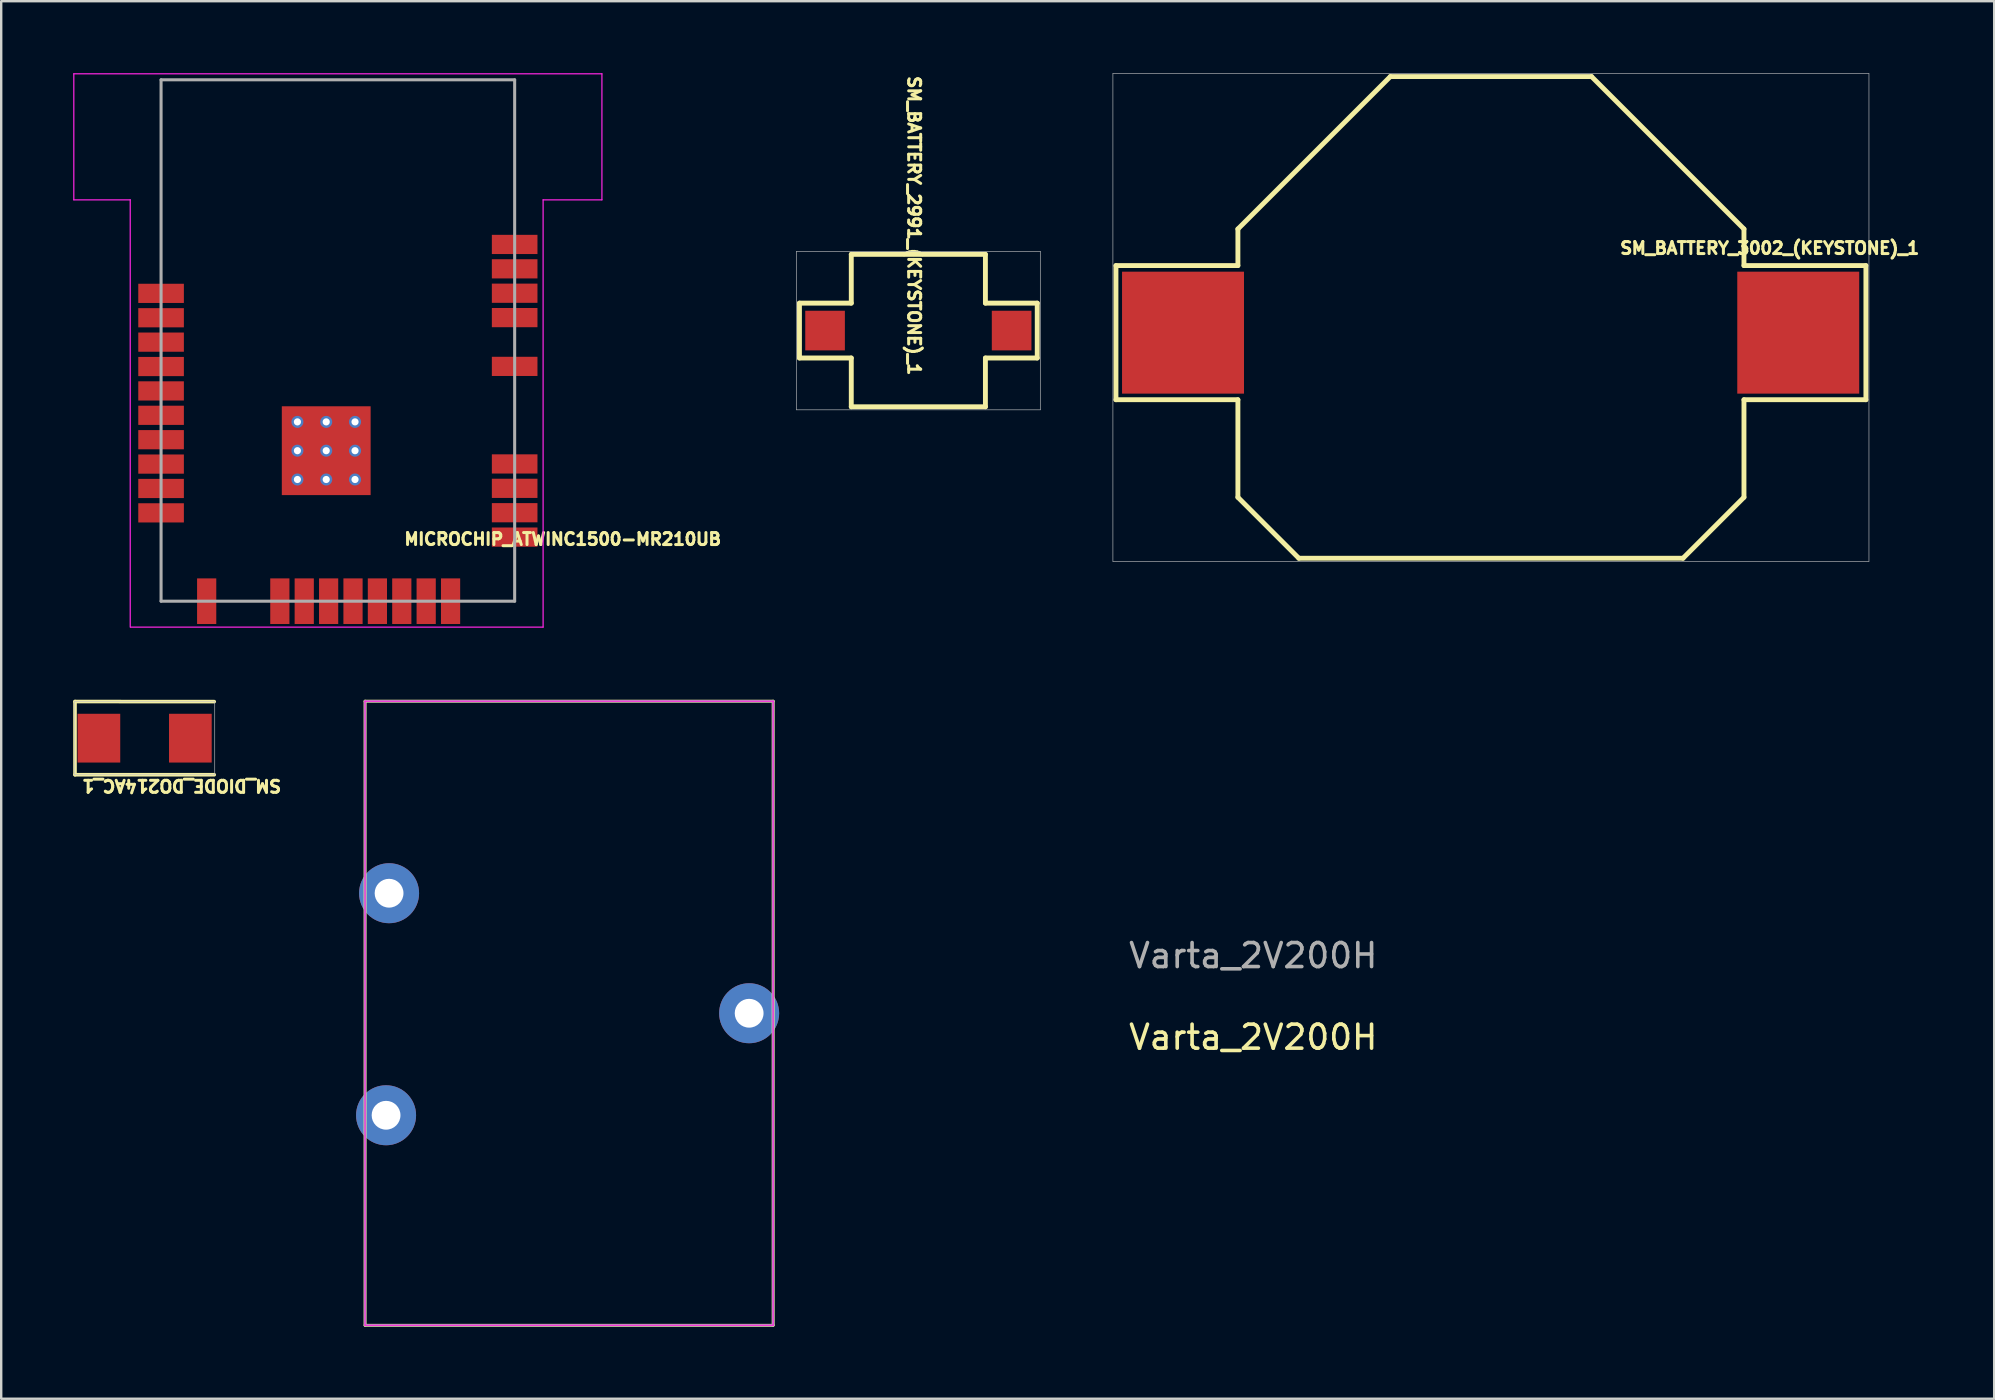
<source format=kicad_pcb>
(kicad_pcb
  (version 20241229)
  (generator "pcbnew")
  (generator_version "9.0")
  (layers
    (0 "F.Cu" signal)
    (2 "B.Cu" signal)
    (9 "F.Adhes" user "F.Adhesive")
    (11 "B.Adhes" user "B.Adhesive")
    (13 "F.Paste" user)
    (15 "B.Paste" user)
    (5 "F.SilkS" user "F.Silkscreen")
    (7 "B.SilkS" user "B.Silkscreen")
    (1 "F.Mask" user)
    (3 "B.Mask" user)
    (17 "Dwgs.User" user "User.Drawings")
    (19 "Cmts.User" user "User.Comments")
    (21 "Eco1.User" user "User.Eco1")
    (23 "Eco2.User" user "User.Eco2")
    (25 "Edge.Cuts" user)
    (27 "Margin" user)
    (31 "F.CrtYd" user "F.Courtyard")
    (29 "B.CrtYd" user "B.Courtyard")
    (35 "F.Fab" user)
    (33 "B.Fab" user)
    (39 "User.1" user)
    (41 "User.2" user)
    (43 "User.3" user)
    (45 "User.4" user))
  (footprint "SM_BATTERY_2991_(KEYSTONE)_1"
    (layer "F.Cu")
    (at 35.207 10.721)
    (property "Reference" "SM_BATTERY_2991_(KEYSTONE)_1" (at -0.178 -4.369 270) (unlocked yes) (layer "F.SilkS") (effects (font (size 0.5 0.5) (thickness 0.125))))
    (attr smd)
    (fp_line (start -4.953 -1.143) (end -4.953 1.143) (stroke (width 0.203) (type solid)) (layer "F.SilkS"))
    (fp_line (start -2.794 -3.175) (end -2.794 -1.143) (stroke (width 0.203) (type solid)) (layer "F.SilkS"))
    (fp_line (start -2.794 -1.143) (end -4.953 -1.143) (stroke (width 0.203) (type solid)) (layer "F.SilkS"))
    (fp_line (start -2.794 1.143) (end -4.953 1.143) (stroke (width 0.203) (type solid)) (layer "F.SilkS"))
    (fp_line (start -2.794 1.143) (end -2.794 3.175) (stroke (width 0.203) (type solid)) (layer "F.SilkS"))
    (fp_line (start 2.794 -3.175) (end -2.794 -3.175) (stroke (width 0.203) (type solid)) (layer "F.SilkS"))
    (fp_line (start 2.794 -3.175) (end 2.794 -1.143) (stroke (width 0.203) (type solid)) (layer "F.SilkS"))
    (fp_line (start 2.794 1.143) (end 2.794 3.175) (stroke (width 0.203) (type solid)) (layer "F.SilkS"))
    (fp_line (start 2.794 3.175) (end -2.794 3.175) (stroke (width 0.203) (type solid)) (layer "F.SilkS"))
    (fp_line (start 4.953 -1.143) (end 2.794 -1.143) (stroke (width 0.203) (type solid)) (layer "F.SilkS"))
    (fp_line (start 4.953 -1.143) (end 4.953 1.143) (stroke (width 0.203) (type solid)) (layer "F.SilkS"))
    (fp_line (start 4.953 1.143) (end 2.794 1.143) (stroke (width 0.203) (type solid)) (layer "F.SilkS"))
    (fp_line (start -5.08 -3.302) (end -5.08 3.302) (stroke (width 0.025) (type solid)) (layer "Dwgs.User"))
    (fp_line (start 5.08 -3.302) (end -5.08 -3.302) (stroke (width 0.025) (type solid)) (layer "Dwgs.User"))
    (fp_line (start 5.08 -3.302) (end 5.08 3.302) (stroke (width 0.025) (type solid)) (layer "Dwgs.User"))
    (fp_line (start 5.08 3.302) (end -5.08 3.302) (stroke (width 0.025) (type solid)) (layer "Dwgs.User"))
    (pad "1" smd rect (at 3.886 0 90) (size 1.651 1.651) (layers "F.Cu" "F.Mask" "F.Paste"))
    (pad "2" smd rect (at -3.886 0 90) (size 1.651 1.651) (layers "F.Cu" "F.Mask" "F.Paste")))
  (footprint "SM_BATTERY_3002_(KEYSTONE)_1"
    (layer "F.Cu")
    (at 59.06 10.808)
    (property "Reference" "SM_BATTERY_3002_(KEYSTONE)_1" (at 11.613 -3.52 0) (unlocked yes) (layer "F.SilkS") (effects (font (size 0.5 0.5) (thickness 0.125))))
    (attr smd)
    (fp_line (start -15.621 -2.794) (end -15.621 2.794) (stroke (width 0.203) (type solid)) (layer "F.SilkS"))
    (fp_line (start -10.541 -4.318) (end -10.541 -2.794) (stroke (width 0.203) (type solid)) (layer "F.SilkS"))
    (fp_line (start -10.541 -2.794) (end -15.621 -2.794) (stroke (width 0.203) (type solid)) (layer "F.SilkS"))
    (fp_line (start -10.541 2.794) (end -15.621 2.794) (stroke (width 0.203) (type solid)) (layer "F.SilkS"))
    (fp_line (start -10.541 2.794) (end -10.541 6.858) (stroke (width 0.203) (type solid)) (layer "F.SilkS"))
    (fp_line (start -8.001 9.398) (end -10.541 6.858) (stroke (width 0.203) (type solid)) (layer "F.SilkS"))
    (fp_line (start -4.191 -10.668) (end -10.541 -4.318) (stroke (width 0.203) (type solid)) (layer "F.SilkS"))
    (fp_line (start 4.191 -10.668) (end -4.191 -10.668) (stroke (width 0.203) (type solid)) (layer "F.SilkS"))
    (fp_line (start 8.001 9.398) (end -8.001 9.398) (stroke (width 0.203) (type solid)) (layer "F.SilkS"))
    (fp_line (start 10.541 -4.318) (end 4.191 -10.668) (stroke (width 0.203) (type solid)) (layer "F.SilkS"))
    (fp_line (start 10.541 -4.318) (end 10.541 -2.794) (stroke (width 0.203) (type solid)) (layer "F.SilkS"))
    (fp_line (start 10.541 2.794) (end 10.541 6.858) (stroke (width 0.203) (type solid)) (layer "F.SilkS"))
    (fp_line (start 10.541 6.858) (end 8.001 9.398) (stroke (width 0.203) (type solid)) (layer "F.SilkS"))
    (fp_line (start 15.621 -2.794) (end 10.541 -2.794) (stroke (width 0.203) (type solid)) (layer "F.SilkS"))
    (fp_line (start 15.621 -2.794) (end 15.621 2.794) (stroke (width 0.203) (type solid)) (layer "F.SilkS"))
    (fp_line (start 15.621 2.794) (end 10.541 2.794) (stroke (width 0.203) (type solid)) (layer "F.SilkS"))
    (fp_line (start -15.748 -10.795) (end -15.748 9.525) (stroke (width 0.025) (type solid)) (layer "Dwgs.User"))
    (fp_line (start 15.748 -10.795) (end -15.748 -10.795) (stroke (width 0.025) (type solid)) (layer "Dwgs.User"))
    (fp_line (start 15.748 -10.795) (end 15.748 9.525) (stroke (width 0.025) (type solid)) (layer "Dwgs.User"))
    (fp_line (start 15.748 9.525) (end -15.748 9.525) (stroke (width 0.025) (type solid)) (layer "Dwgs.User"))
    (pad "1" smd rect (at 12.802 0 90) (size 5.08 5.08) (layers "F.Cu" "F.Mask" "F.Paste"))
    (pad "2" smd rect (at -12.827 0 90) (size 5.08 5.08) (layers "F.Cu" "F.Mask" "F.Paste")))
  (footprint "Varta_2V200H"
    (layer "F.Cu")
    (at 13.158 39.16)
    (property "Reference" "Varta_2V200H" (at 36 1 0) (layer "F.SilkS") (effects (font (size 1 1) (thickness 0.15))))
    (attr through_hole)
    (fp_line (start -1 -13) (end 16 -13) (stroke (width 0.12) (type solid)) (layer "F.SilkS"))
    (fp_line (start -1 13) (end -1 -13) (stroke (width 0.12) (type solid)) (layer "F.SilkS"))
    (fp_line (start 16 -13) (end 16 13) (stroke (width 0.12) (type solid)) (layer "F.SilkS"))
    (fp_line (start 16 13) (end -1 13) (stroke (width 0.12) (type solid)) (layer "F.SilkS"))
    (fp_line (start -1 -13) (end 16 -13) (stroke (width 0.05) (type solid)) (layer "F.CrtYd"))
    (fp_line (start -1 13) (end -1 -13) (stroke (width 0.05) (type solid)) (layer "F.CrtYd"))
    (fp_line (start 16 -13) (end 16 13) (stroke (width 0.05) (type solid)) (layer "F.CrtYd"))
    (fp_line (start 16 13) (end -1 13) (stroke (width 0.05) (type solid)) (layer "F.CrtYd"))
    (fp_line (start -1 -13) (end 16 -13) (stroke (width 0.1) (type solid)) (layer "F.Fab"))
    (fp_line (start -1 13) (end -1 -13) (stroke (width 0.1) (type solid)) (layer "F.Fab"))
    (fp_line (start 16 -13) (end 16 13) (stroke (width 0.1) (type solid)) (layer "F.Fab"))
    (fp_line (start 16 13) (end -1 13) (stroke (width 0.1) (type solid)) (layer "F.Fab"))
    (fp_text user "${REFERENCE}" (at 36 -2.4 0) (layer "F.Fab") (effects (font (size 1 1) (thickness 0.15))))
    (pad "1" thru_hole circle (at -0.125 4.25) (size 2.5 2.5) (drill 1.2) (layers "*.Cu" "*.Mask"))
    (pad "2" thru_hole circle (at 0 -5) (size 2.5 2.5) (drill 1.2) (layers "*.Cu" "*.Mask"))
    (pad "3" thru_hole circle (at 15 0) (size 2.5 2.5) (drill 1.2) (layers "*.Cu" "*.Mask")))
  (footprint "SM_DIODE_DO214AC_1"
    (layer "F.Cu")
    (at 2.975 27.701)
    (property "Reference" "SM_DIODE_DO214AC_1" (at 1.54 1.98 180) (unlocked yes) (layer "F.SilkS") (effects (font (size 0.5 0.5) (thickness 0.15))))
    (attr smd)
    (fp_line (start -2.9 -1.526) (end -2.9 1.524) (stroke (width 0.15) (type solid)) (layer "F.SilkS"))
    (fp_line (start -2.9 -1.526) (end 2.9 -1.522) (stroke (width 0.15) (type solid)) (layer "F.SilkS"))
    (fp_line (start -2.9 1.524) (end 2.9 1.524) (stroke (width 0.15) (type solid)) (layer "F.SilkS"))
    (fp_line (start -2.921 -1.524) (end 2.921 -1.524) (stroke (width 0.025) (type solid)) (layer "Dwgs.User"))
    (fp_line (start -2.921 1.524) (end -2.921 -1.524) (stroke (width 0.025) (type solid)) (layer "Dwgs.User"))
    (fp_line (start -2.921 1.524) (end 2.921 1.524) (stroke (width 0.025) (type solid)) (layer "Dwgs.User"))
    (fp_line (start 2.921 1.524) (end 2.921 -1.524) (stroke (width 0.025) (type solid)) (layer "Dwgs.User"))
    (pad "1" smd rect (at -1.905 0 90) (size 2.032 1.778) (layers "F.Cu" "F.Mask" "F.Paste"))
    (pad "2" smd rect (at 1.905 0 90) (size 2.032 1.778) (layers "F.Cu" "F.Mask" "F.Paste")))
  (footprint "MICROCHIP_ATWINC1500-MR210UB"
    (layer "F.Cu")
    (at 11.025 19.325)
    (property "Reference" "MICROCHIP_ATWINC1500-MR210UB" (at 9.368 0.085 0) (unlocked yes) (layer "F.SilkS") (effects (font (size 0.5 0.5) (thickness 0.125))))
    (attr through_hole)
    (fp_line (start -11 -19.3) (end 11 -19.3) (stroke (width 0.05) (type solid)) (layer "F.CrtYd"))
    (fp_line (start -11 -14.05) (end -11 -19.3) (stroke (width 0.05) (type solid)) (layer "F.CrtYd"))
    (fp_line (start -8.65 -14.05) (end -11 -14.05) (stroke (width 0.05) (type solid)) (layer "F.CrtYd"))
    (fp_line (start -8.65 3.75) (end -8.65 -14.05) (stroke (width 0.05) (type solid)) (layer "F.CrtYd"))
    (fp_line (start -8.635 3.75) (end 8.55 3.75) (stroke (width 0.05) (type solid)) (layer "F.CrtYd"))
    (fp_line (start 8.55 -14.05) (end 8.55 3.75) (stroke (width 0.05) (type solid)) (layer "F.CrtYd"))
    (fp_line (start 11 -19.3) (end 11 -14.05) (stroke (width 0.05) (type solid)) (layer "F.CrtYd"))
    (fp_line (start 11 -14.05) (end 8.55 -14.05) (stroke (width 0.05) (type solid)) (layer "F.CrtYd"))
    (fp_line (start -7.365 -19.05) (end 7.365 -19.05) (stroke (width 0.127) (type solid)) (layer "F.Fab"))
    (fp_line (start -7.365 2.67) (end -7.365 -19.05) (stroke (width 0.127) (type solid)) (layer "F.Fab"))
    (fp_line (start 7.365 -19.05) (end 7.365 2.67) (stroke (width 0.127) (type solid)) (layer "F.Fab"))
    (fp_line (start 7.365 2.67) (end -7.365 2.67) (stroke (width 0.127) (type solid)) (layer "F.Fab"))
    (pad "1" smd rect (at 7.365 0 90) (size 0.8 1.9) (layers "F.Cu" "F.Mask" "F.Paste"))
    (pad "2" smd rect (at 7.365 -1.016 90) (size 0.8 1.9) (layers "F.Cu" "F.Mask" "F.Paste"))
    (pad "3" smd rect (at 7.365 -2.032 90) (size 0.8 1.9) (layers "F.Cu" "F.Mask" "F.Paste"))
    (pad "4" smd rect (at 7.365 -3.048 90) (size 0.8 1.9) (layers "F.Cu" "F.Mask" "F.Paste"))
    (pad "5" smd rect (at 7.365 -7.112 90) (size 0.8 1.9) (layers "F.Cu" "F.Mask" "F.Paste"))
    (pad "6" smd rect (at 7.365 -9.144 90) (size 0.8 1.9) (layers "F.Cu" "F.Mask" "F.Paste"))
    (pad "7" smd rect (at 7.365 -10.16 90) (size 0.8 1.9) (layers "F.Cu" "F.Mask" "F.Paste"))
    (pad "8" smd rect (at 7.365 -11.176 90) (size 0.8 1.9) (layers "F.Cu" "F.Mask" "F.Paste"))
    (pad "9" smd rect (at 7.365 -12.192 90) (size 0.8 1.9) (layers "F.Cu" "F.Mask" "F.Paste"))
    (pad "10" smd rect (at -7.365 -10.154 90) (size 0.8 1.9) (layers "F.Cu" "F.Mask" "F.Paste"))
    (pad "11" smd rect (at -7.365 -9.138 90) (size 0.8 1.9) (layers "F.Cu" "F.Mask" "F.Paste"))
    (pad "12" smd rect (at -7.365 -8.122 90) (size 0.8 1.9) (layers "F.Cu" "F.Mask" "F.Paste"))
    (pad "13" smd rect (at -7.365 -7.106 90) (size 0.8 1.9) (layers "F.Cu" "F.Mask" "F.Paste"))
    (pad "14" smd rect (at -7.365 -6.09 90) (size 0.8 1.9) (layers "F.Cu" "F.Mask" "F.Paste"))
    (pad "15" smd rect (at -7.365 -5.074 90) (size 0.8 1.9) (layers "F.Cu" "F.Mask" "F.Paste"))
    (pad "16" smd rect (at -7.365 -4.058 90) (size 0.8 1.9) (layers "F.Cu" "F.Mask" "F.Paste"))
    (pad "17" smd rect (at -7.365 -3.042 90) (size 0.8 1.9) (layers "F.Cu" "F.Mask" "F.Paste"))
    (pad "18" smd rect (at -7.365 -2.026 90) (size 0.8 1.9) (layers "F.Cu" "F.Mask" "F.Paste"))
    (pad "19" smd rect (at -7.365 -1.01 90) (size 0.8 1.9) (layers "F.Cu" "F.Mask" "F.Paste"))
    (pad "20" smd rect (at -5.465 2.67 180) (size 0.8 1.9) (layers "F.Cu" "F.Mask" "F.Paste"))
    (pad "21" smd rect (at -2.417 2.67 180) (size 0.8 1.9) (layers "F.Cu" "F.Mask" "F.Paste"))
    (pad "22" smd rect (at -1.401 2.67 180) (size 0.8 1.9) (layers "F.Cu" "F.Mask" "F.Paste"))
    (pad "23" smd rect (at -0.385 2.67 180) (size 0.8 1.9) (layers "F.Cu" "F.Mask" "F.Paste"))
    (pad "24" smd rect (at 0.631 2.67 180) (size 0.8 1.9) (layers "F.Cu" "F.Mask" "F.Paste"))
    (pad "25" smd rect (at 1.647 2.67 180) (size 0.8 1.9) (layers "F.Cu" "F.Mask" "F.Paste"))
    (pad "26" smd rect (at 2.663 2.67 180) (size 0.8 1.9) (layers "F.Cu" "F.Mask" "F.Paste"))
    (pad "27" smd rect (at 3.679 2.67 180) (size 0.8 1.9) (layers "F.Cu" "F.Mask" "F.Paste"))
    (pad "28" smd rect (at 4.695 2.67 180) (size 0.8 1.9) (layers "F.Cu" "F.Mask" "F.Paste"))
    (pad "29" thru_hole circle (at -1.685 -4.8) (size 0.5 0.5) (drill 0.3) (layers "*.Cu" "*.Mask"))
    (pad "29" thru_hole circle (at -1.685 -3.6) (size 0.5 0.5) (drill 0.3) (layers "*.Cu" "*.Mask"))
    (pad "29" thru_hole circle (at -1.685 -2.4) (size 0.5 0.5) (drill 0.3) (layers "*.Cu" "*.Mask"))
    (pad "29" thru_hole circle (at -0.485 -4.8) (size 0.5 0.5) (drill 0.3) (layers "*.Cu" "*.Mask"))
    (pad "29" thru_hole circle (at -0.485 -3.6) (size 0.5 0.5) (drill 0.3) (layers "*.Cu" "*.Mask"))
    (pad "29" smd rect (at -0.485 -3.6) (size 3.7 3.7) (layers "F.Cu" "F.Mask" "F.Paste"))
    (pad "29" thru_hole circle (at -0.485 -2.4) (size 0.5 0.5) (drill 0.3) (layers "*.Cu" "*.Mask"))
    (pad "29" thru_hole circle (at 0.715 -4.8) (size 0.5 0.5) (drill 0.3) (layers "*.Cu" "*.Mask"))
    (pad "29" thru_hole circle (at 0.715 -3.6) (size 0.5 0.5) (drill 0.3) (layers "*.Cu" "*.Mask"))
    (pad "29" thru_hole circle (at 0.715 -2.4) (size 0.5 0.5) (drill 0.3) (layers "*.Cu" "*.Mask"))
    (zone (net_name "") (layers "F.Cu" "B.Cu") (hatch full 0.508) (connect_pads) (min_thickness 0.01) (filled_areas_thickness no) (keepout (tracks not_allowed) (vias not_allowed) (pads not_allowed) (copperpour not_allowed) (footprints allowed)) (placement (enabled no)) (fill) (polygon (pts (xy 0.034 0.025) (xy 22.025 0.025) (xy 22.034 5.325) (xy 0.025 5.325)))))
  (gr_rect
    (start -3 -3)
    (end 80.025 55.22)
    (stroke (width 0.1) (type default))
    (fill no)
    (layer "Edge.Cuts")))
</source>
